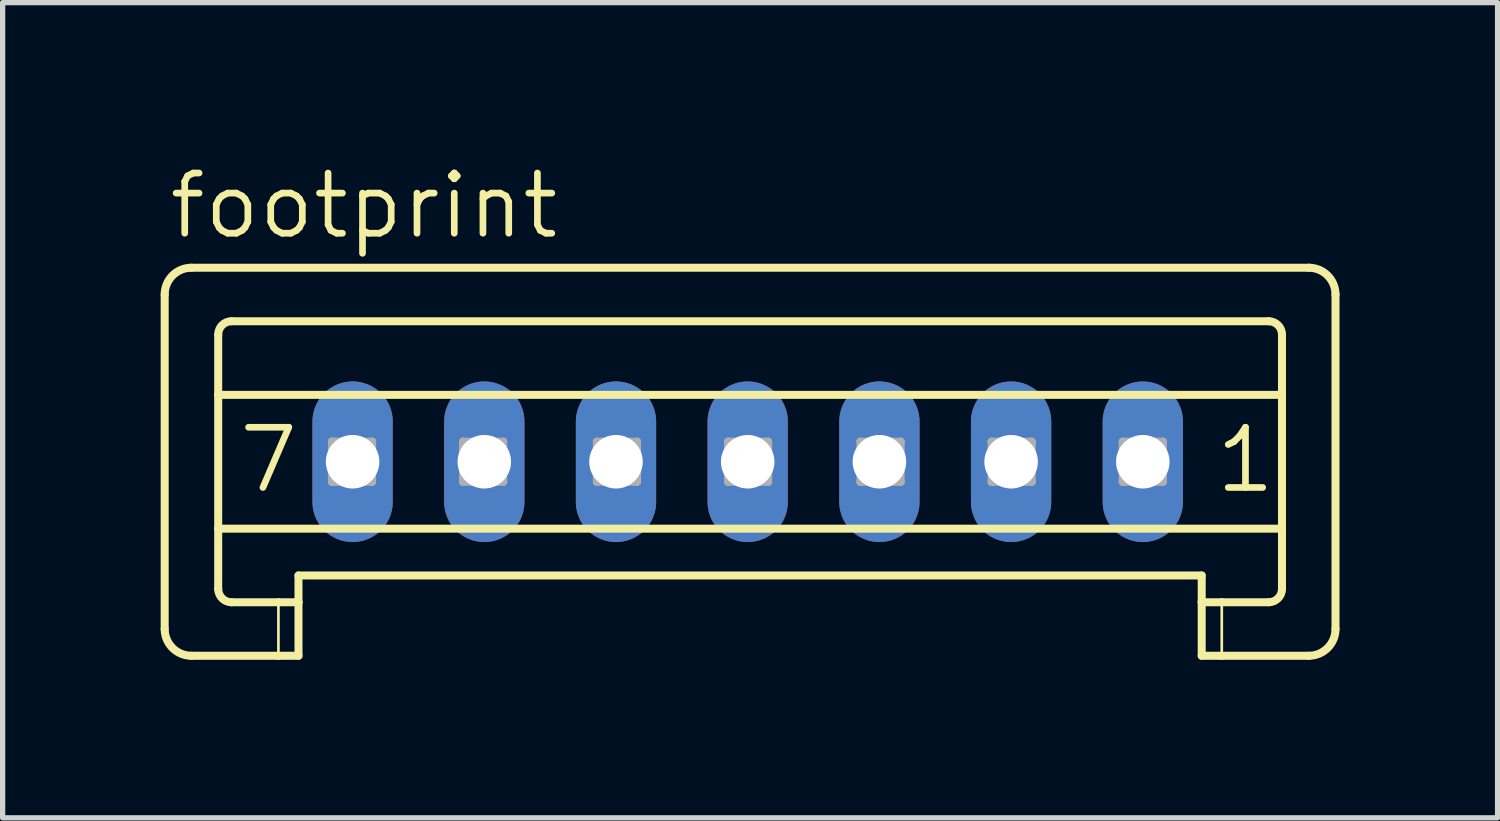
<source format=kicad_pcb>
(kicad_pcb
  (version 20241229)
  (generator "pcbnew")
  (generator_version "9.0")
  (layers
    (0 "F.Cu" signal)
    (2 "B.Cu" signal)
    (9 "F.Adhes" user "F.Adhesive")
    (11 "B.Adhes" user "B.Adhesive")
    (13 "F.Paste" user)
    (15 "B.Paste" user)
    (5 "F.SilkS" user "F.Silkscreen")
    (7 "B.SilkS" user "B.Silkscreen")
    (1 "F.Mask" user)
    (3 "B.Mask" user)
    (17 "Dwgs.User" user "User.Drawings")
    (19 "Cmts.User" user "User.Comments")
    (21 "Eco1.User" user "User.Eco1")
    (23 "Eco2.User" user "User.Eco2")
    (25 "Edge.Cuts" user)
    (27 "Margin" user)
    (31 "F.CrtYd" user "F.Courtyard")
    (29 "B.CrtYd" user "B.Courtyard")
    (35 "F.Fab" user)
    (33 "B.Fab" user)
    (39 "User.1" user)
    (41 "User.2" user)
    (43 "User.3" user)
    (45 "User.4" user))
  (footprint "footprint"
    (layer "F.Cu")
    (at 11.143 5.715)
    (property "Reference" "footprint" (at -11.042 -4.191 0) (layer "F.SilkS") (effects (font (size 1.143 1.143) (thickness 0.127)) (justify left bottom)))
    (fp_line (start -11.067 -3.175) (end -11.067 3.175) (stroke (width 0.152) (type solid)) (layer "F.SilkS"))
    (fp_line (start -10.559 -3.683) (end 10.65 -3.683) (stroke (width 0.152) (type solid)) (layer "F.SilkS"))
    (fp_line (start -10.051 -1.27) (end -10.051 -2.413) (stroke (width 0.152) (type solid)) (layer "F.SilkS"))
    (fp_line (start -10.051 -1.27) (end 10.142 -1.27) (stroke (width 0.152) (type solid)) (layer "F.SilkS"))
    (fp_line (start -10.051 1.27) (end -10.051 -1.27) (stroke (width 0.152) (type solid)) (layer "F.SilkS"))
    (fp_line (start -10.051 1.27) (end 10.142 1.27) (stroke (width 0.152) (type solid)) (layer "F.SilkS"))
    (fp_line (start -10.051 2.413) (end -10.051 1.27) (stroke (width 0.152) (type solid)) (layer "F.SilkS"))
    (fp_line (start -9.797 -2.667) (end 9.888 -2.667) (stroke (width 0.152) (type solid)) (layer "F.SilkS"))
    (fp_line (start -9.797 2.667) (end -8.908 2.667) (stroke (width 0.152) (type solid)) (layer "F.SilkS"))
    (fp_line (start -8.908 2.667) (end -8.908 3.683) (stroke (width 0.051) (type solid)) (layer "F.SilkS"))
    (fp_line (start -8.908 2.667) (end -8.527 2.667) (stroke (width 0.152) (type solid)) (layer "F.SilkS"))
    (fp_line (start -8.908 3.683) (end -10.559 3.683) (stroke (width 0.152) (type solid)) (layer "F.SilkS"))
    (fp_line (start -8.527 2.159) (end 8.618 2.159) (stroke (width 0.152) (type solid)) (layer "F.SilkS"))
    (fp_line (start -8.527 2.667) (end -8.527 2.159) (stroke (width 0.152) (type solid)) (layer "F.SilkS"))
    (fp_line (start -8.527 2.667) (end -8.527 3.683) (stroke (width 0.152) (type solid)) (layer "F.SilkS"))
    (fp_line (start -8.527 3.683) (end -8.908 3.683) (stroke (width 0.152) (type solid)) (layer "F.SilkS"))
    (fp_line (start 8.618 2.667) (end 8.618 2.159) (stroke (width 0.152) (type solid)) (layer "F.SilkS"))
    (fp_line (start 8.618 2.667) (end 8.999 2.667) (stroke (width 0.152) (type solid)) (layer "F.SilkS"))
    (fp_line (start 8.618 3.683) (end 8.618 2.667) (stroke (width 0.152) (type solid)) (layer "F.SilkS"))
    (fp_line (start 8.999 2.667) (end 8.999 3.683) (stroke (width 0.051) (type solid)) (layer "F.SilkS"))
    (fp_line (start 8.999 2.667) (end 9.888 2.667) (stroke (width 0.152) (type solid)) (layer "F.SilkS"))
    (fp_line (start 8.999 3.683) (end 8.618 3.683) (stroke (width 0.152) (type solid)) (layer "F.SilkS"))
    (fp_line (start 10.142 -1.27) (end 10.142 -2.413) (stroke (width 0.152) (type solid)) (layer "F.SilkS"))
    (fp_line (start 10.142 1.27) (end 10.142 -1.27) (stroke (width 0.152) (type solid)) (layer "F.SilkS"))
    (fp_line (start 10.142 2.413) (end 10.142 1.27) (stroke (width 0.152) (type solid)) (layer "F.SilkS"))
    (fp_line (start 10.65 3.683) (end 8.999 3.683) (stroke (width 0.152) (type solid)) (layer "F.SilkS"))
    (fp_line (start 11.158 -3.175) (end 11.158 3.175) (stroke (width 0.152) (type solid)) (layer "F.SilkS"))
    (fp_arc (start -11.067 -3.175) (mid -10.91821 -3.53421) (end -10.559 -3.683) (stroke (width 0.1524) (type solid)) (layer "F.SilkS"))
    (fp_arc (start -10.559 3.683) (mid -10.91821 3.53421) (end -11.067 3.175) (stroke (width 0.1524) (type solid)) (layer "F.SilkS"))
    (fp_arc (start -10.051 -2.413) (mid -9.976605 -2.592605) (end -9.797 -2.667) (stroke (width 0.1524) (type solid)) (layer "F.SilkS"))
    (fp_arc (start -9.797 2.667) (mid -9.976605 2.592605) (end -10.051 2.413) (stroke (width 0.1524) (type solid)) (layer "F.SilkS"))
    (fp_arc (start 9.888 -2.667) (mid 10.067605 -2.592605) (end 10.142 -2.413) (stroke (width 0.1524) (type solid)) (layer "F.SilkS"))
    (fp_arc (start 10.142 2.413) (mid 10.067605 2.592605) (end 9.888 2.667) (stroke (width 0.1524) (type solid)) (layer "F.SilkS"))
    (fp_arc (start 10.65 -3.683) (mid 11.00921 -3.53421) (end 11.158 -3.175) (stroke (width 0.1524) (type solid)) (layer "F.SilkS"))
    (fp_arc (start 11.158 3.175) (mid 11.00921 3.53421) (end 10.65 3.683) (stroke (width 0.1524) (type solid)) (layer "F.SilkS"))
    (fp_line (start -7.892 -0.381) (end -7.892 0.381) (stroke (width 0.152) (type solid)) (layer "F.Fab"))
    (fp_line (start -7.892 -0.381) (end -7.13 0.381) (stroke (width 0.152) (type solid)) (layer "F.Fab"))
    (fp_line (start -7.892 0.381) (end -7.13 0.381) (stroke (width 0.152) (type solid)) (layer "F.Fab"))
    (fp_line (start -7.13 -0.381) (end -7.892 -0.381) (stroke (width 0.152) (type solid)) (layer "F.Fab"))
    (fp_line (start -7.13 -0.381) (end -7.892 0.381) (stroke (width 0.152) (type solid)) (layer "F.Fab"))
    (fp_line (start -7.13 0.381) (end -7.13 -0.381) (stroke (width 0.152) (type solid)) (layer "F.Fab"))
    (fp_line (start -5.403 -0.381) (end -5.403 0.381) (stroke (width 0.152) (type solid)) (layer "F.Fab"))
    (fp_line (start -5.403 -0.381) (end -4.641 0.381) (stroke (width 0.152) (type solid)) (layer "F.Fab"))
    (fp_line (start -5.403 0.381) (end -4.641 0.381) (stroke (width 0.152) (type solid)) (layer "F.Fab"))
    (fp_line (start -4.641 -0.381) (end -5.403 -0.381) (stroke (width 0.152) (type solid)) (layer "F.Fab"))
    (fp_line (start -4.641 -0.381) (end -5.403 0.381) (stroke (width 0.152) (type solid)) (layer "F.Fab"))
    (fp_line (start -4.641 0.381) (end -4.641 -0.381) (stroke (width 0.152) (type solid)) (layer "F.Fab"))
    (fp_line (start -2.863 -0.381) (end -2.863 0.381) (stroke (width 0.152) (type solid)) (layer "F.Fab"))
    (fp_line (start -2.863 -0.381) (end -2.101 0.381) (stroke (width 0.152) (type solid)) (layer "F.Fab"))
    (fp_line (start -2.863 0.381) (end -2.101 0.381) (stroke (width 0.152) (type solid)) (layer "F.Fab"))
    (fp_line (start -2.101 -0.381) (end -2.863 -0.381) (stroke (width 0.152) (type solid)) (layer "F.Fab"))
    (fp_line (start -2.101 -0.381) (end -2.863 0.381) (stroke (width 0.152) (type solid)) (layer "F.Fab"))
    (fp_line (start -2.101 0.381) (end -2.101 -0.381) (stroke (width 0.152) (type solid)) (layer "F.Fab"))
    (fp_line (start -0.374 -0.381) (end -0.374 0.381) (stroke (width 0.152) (type solid)) (layer "F.Fab"))
    (fp_line (start -0.374 -0.381) (end 0.388 0.381) (stroke (width 0.152) (type solid)) (layer "F.Fab"))
    (fp_line (start -0.374 0.381) (end 0.388 0.381) (stroke (width 0.152) (type solid)) (layer "F.Fab"))
    (fp_line (start 0.388 -0.381) (end -0.374 -0.381) (stroke (width 0.152) (type solid)) (layer "F.Fab"))
    (fp_line (start 0.388 -0.381) (end -0.374 0.381) (stroke (width 0.152) (type solid)) (layer "F.Fab"))
    (fp_line (start 0.388 0.381) (end 0.388 -0.381) (stroke (width 0.152) (type solid)) (layer "F.Fab"))
    (fp_line (start 2.141 -0.381) (end 2.141 0.381) (stroke (width 0.152) (type solid)) (layer "F.Fab"))
    (fp_line (start 2.141 -0.381) (end 2.903 0.381) (stroke (width 0.152) (type solid)) (layer "F.Fab"))
    (fp_line (start 2.141 0.381) (end 2.903 0.381) (stroke (width 0.152) (type solid)) (layer "F.Fab"))
    (fp_line (start 2.903 -0.381) (end 2.141 -0.381) (stroke (width 0.152) (type solid)) (layer "F.Fab"))
    (fp_line (start 2.903 -0.381) (end 2.141 0.381) (stroke (width 0.152) (type solid)) (layer "F.Fab"))
    (fp_line (start 2.903 0.381) (end 2.903 -0.381) (stroke (width 0.152) (type solid)) (layer "F.Fab"))
    (fp_line (start 4.63 -0.381) (end 4.63 0.381) (stroke (width 0.152) (type solid)) (layer "F.Fab"))
    (fp_line (start 4.63 -0.381) (end 5.392 0.381) (stroke (width 0.152) (type solid)) (layer "F.Fab"))
    (fp_line (start 4.63 0.381) (end 5.392 0.381) (stroke (width 0.152) (type solid)) (layer "F.Fab"))
    (fp_line (start 5.392 -0.381) (end 4.63 -0.381) (stroke (width 0.152) (type solid)) (layer "F.Fab"))
    (fp_line (start 5.392 -0.381) (end 4.63 0.381) (stroke (width 0.152) (type solid)) (layer "F.Fab"))
    (fp_line (start 5.392 0.381) (end 5.392 -0.381) (stroke (width 0.152) (type solid)) (layer "F.Fab"))
    (fp_line (start 7.119 -0.381) (end 7.119 0.381) (stroke (width 0.152) (type solid)) (layer "F.Fab"))
    (fp_line (start 7.119 -0.381) (end 7.881 0.381) (stroke (width 0.152) (type solid)) (layer "F.Fab"))
    (fp_line (start 7.119 0.381) (end 7.881 0.381) (stroke (width 0.152) (type solid)) (layer "F.Fab"))
    (fp_line (start 7.881 -0.381) (end 7.119 -0.381) (stroke (width 0.152) (type solid)) (layer "F.Fab"))
    (fp_line (start 7.881 -0.381) (end 7.119 0.381) (stroke (width 0.152) (type solid)) (layer "F.Fab"))
    (fp_line (start 7.881 0.381) (end 7.881 -0.381) (stroke (width 0.152) (type solid)) (layer "F.Fab"))
    (fp_text user "1" (at 8.821 0.635 0) (layer "F.SilkS") (effects (font (size 1.143 1.143) (thickness 0.127)) (justify left bottom)))
    (fp_text user "7" (at -9.721 0.635 0) (layer "F.SilkS") (effects (font (size 1.143 1.143) (thickness 0.127)) (justify left bottom)))
    (pad "1" thru_hole oval (at 7.5 0 90) (size 3.048 1.524) (drill 1.016) (layers "*.Cu" "*.Mask"))
    (pad "2" thru_hole oval (at 5 0 90) (size 3.048 1.524) (drill 1.016) (layers "*.Cu" "*.Mask"))
    (pad "3" thru_hole oval (at 2.5 0 90) (size 3.048 1.524) (drill 1.016) (layers "*.Cu" "*.Mask"))
    (pad "4" thru_hole oval (at 0 0 90) (size 3.048 1.524) (drill 1.016) (layers "*.Cu" "*.Mask"))
    (pad "5" thru_hole oval (at -2.5 0 90) (size 3.048 1.524) (drill 1.016) (layers "*.Cu" "*.Mask"))
    (pad "6" thru_hole oval (at -5 0 90) (size 3.048 1.524) (drill 1.016) (layers "*.Cu" "*.Mask"))
    (pad "7" thru_hole oval (at -7.5 0 90) (size 3.048 1.524) (drill 1.016) (layers "*.Cu" "*.Mask")))
  (gr_rect
    (start -3 -3)
    (end 25.377 12.474)
    (stroke (width 0.1) (type default))
    (fill no)
    (layer "Edge.Cuts")))
</source>
